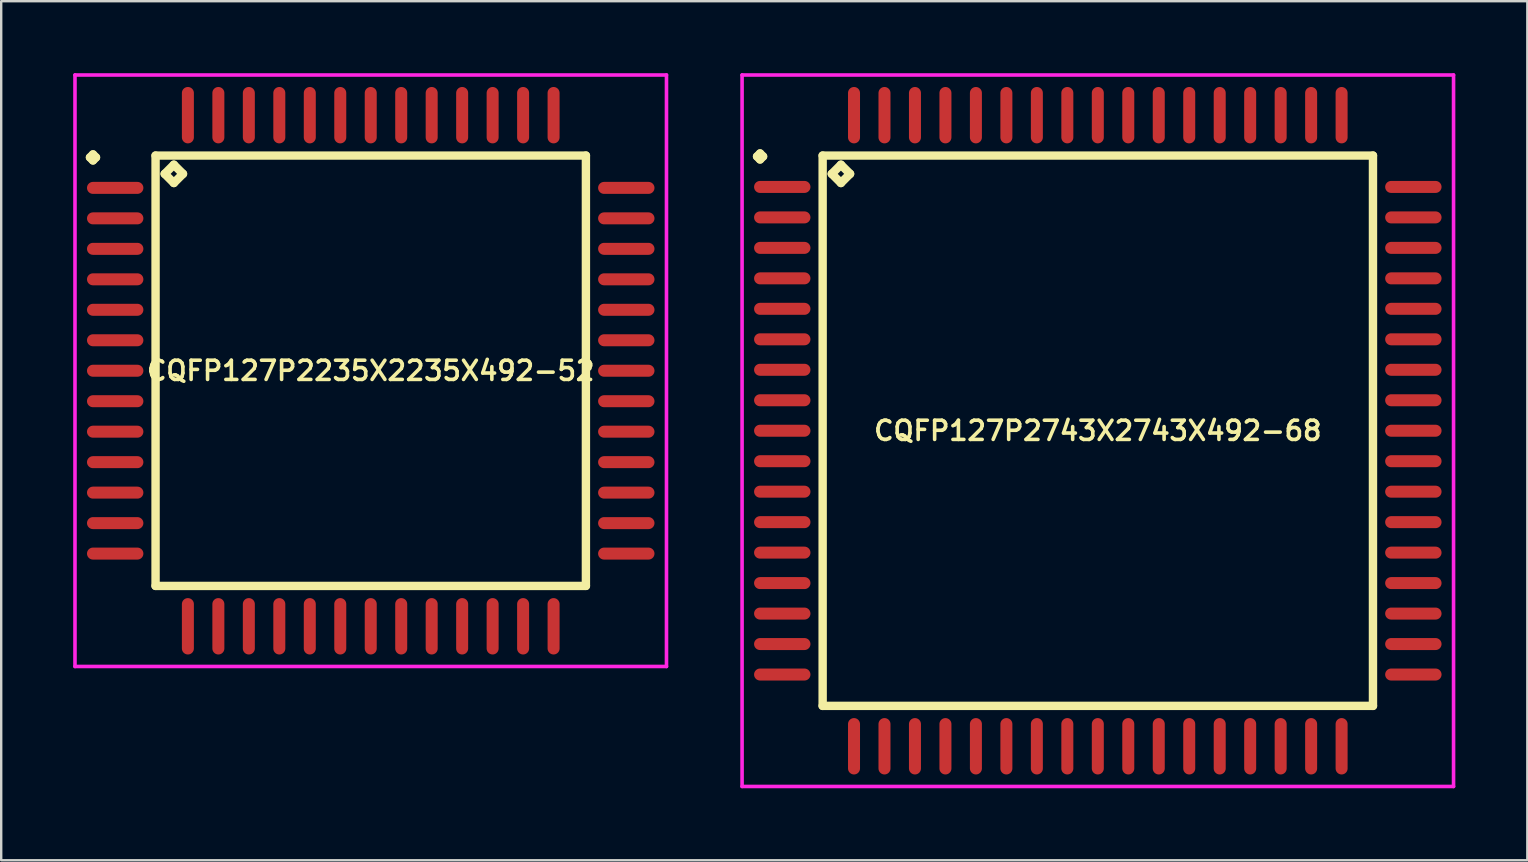
<source format=kicad_pcb>
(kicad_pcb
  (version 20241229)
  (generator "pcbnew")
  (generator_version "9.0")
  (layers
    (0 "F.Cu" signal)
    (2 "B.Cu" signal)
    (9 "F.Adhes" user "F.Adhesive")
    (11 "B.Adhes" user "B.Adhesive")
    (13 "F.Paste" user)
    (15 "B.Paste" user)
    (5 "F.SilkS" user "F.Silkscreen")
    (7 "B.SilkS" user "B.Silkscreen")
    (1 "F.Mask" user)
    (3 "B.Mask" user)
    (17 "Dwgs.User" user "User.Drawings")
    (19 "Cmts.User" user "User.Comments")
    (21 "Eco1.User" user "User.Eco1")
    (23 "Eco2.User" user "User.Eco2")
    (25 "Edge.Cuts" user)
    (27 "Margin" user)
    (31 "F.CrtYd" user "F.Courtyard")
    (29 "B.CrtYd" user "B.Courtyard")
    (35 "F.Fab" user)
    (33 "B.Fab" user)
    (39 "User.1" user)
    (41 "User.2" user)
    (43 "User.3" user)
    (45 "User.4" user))
  (footprint "CQFP127P2743X2743X492-68"
    (layer "F.Cu")
    (at 42.7 14.9)
    (property "Reference" "CQFP127P2743X2743X492-68" (at 0 0 0) (layer "F.SilkS") (effects (font (size 0.8 0.8) (thickness 0.15))))
    (attr smd)
    (fp_line (start -14.2 -11.43) (end -14.075 -11.555) (stroke (width 0.35) (type solid)) (layer "F.SilkS"))
    (fp_line (start -14.075 -11.555) (end -13.95 -11.43) (stroke (width 0.35) (type solid)) (layer "F.SilkS"))
    (fp_line (start -14.075 -11.305) (end -14.2 -11.43) (stroke (width 0.35) (type solid)) (layer "F.SilkS"))
    (fp_line (start -13.95 -11.43) (end -14.075 -11.305) (stroke (width 0.35) (type solid)) (layer "F.SilkS"))
    (fp_line (start -11.467 -11.467) (end -11.467 11.467) (stroke (width 0.35) (type solid)) (layer "F.SilkS"))
    (fp_line (start -11.467 11.467) (end 11.467 11.467) (stroke (width 0.35) (type solid)) (layer "F.SilkS"))
    (fp_line (start -11.086 -10.705) (end -10.705 -11.086) (stroke (width 0.35) (type solid)) (layer "F.SilkS"))
    (fp_line (start -10.705 -11.086) (end -10.324 -10.705) (stroke (width 0.35) (type solid)) (layer "F.SilkS"))
    (fp_line (start -10.705 -10.324) (end -11.086 -10.705) (stroke (width 0.35) (type solid)) (layer "F.SilkS"))
    (fp_line (start -10.324 -10.705) (end -10.705 -10.324) (stroke (width 0.35) (type solid)) (layer "F.SilkS"))
    (fp_line (start 11.467 -11.467) (end -11.467 -11.467) (stroke (width 0.35) (type solid)) (layer "F.SilkS"))
    (fp_line (start 11.467 11.467) (end 11.467 -11.467) (stroke (width 0.35) (type solid)) (layer "F.SilkS"))
    (fp_line (start -14.825 -14.825) (end 14.825 -14.825) (stroke (width 0.15) (type solid)) (layer "F.CrtYd"))
    (fp_line (start -14.825 14.825) (end -14.825 -14.825) (stroke (width 0.15) (type solid)) (layer "F.CrtYd"))
    (fp_line (start 14.825 -14.825) (end 14.825 14.825) (stroke (width 0.15) (type solid)) (layer "F.CrtYd"))
    (fp_line (start 14.825 14.825) (end -14.825 14.825) (stroke (width 0.15) (type solid)) (layer "F.CrtYd"))
    (pad "1" smd oval (at -13.15 -10.16) (size 2.35 0.5) (layers "F.Cu" "F.Mask" "F.Paste"))
    (pad "2" smd oval (at -13.15 -8.89) (size 2.35 0.5) (layers "F.Cu" "F.Mask" "F.Paste"))
    (pad "3" smd oval (at -13.15 -7.62) (size 2.35 0.5) (layers "F.Cu" "F.Mask" "F.Paste"))
    (pad "4" smd oval (at -13.15 -6.35) (size 2.35 0.5) (layers "F.Cu" "F.Mask" "F.Paste"))
    (pad "5" smd oval (at -13.15 -5.08) (size 2.35 0.5) (layers "F.Cu" "F.Mask" "F.Paste"))
    (pad "6" smd oval (at -13.15 -3.81) (size 2.35 0.5) (layers "F.Cu" "F.Mask" "F.Paste"))
    (pad "7" smd oval (at -13.15 -2.54) (size 2.35 0.5) (layers "F.Cu" "F.Mask" "F.Paste"))
    (pad "8" smd oval (at -13.15 -1.27) (size 2.35 0.5) (layers "F.Cu" "F.Mask" "F.Paste"))
    (pad "9" smd oval (at -13.15 0) (size 2.35 0.5) (layers "F.Cu" "F.Mask" "F.Paste"))
    (pad "10" smd oval (at -13.15 1.27) (size 2.35 0.5) (layers "F.Cu" "F.Mask" "F.Paste"))
    (pad "11" smd oval (at -13.15 2.54) (size 2.35 0.5) (layers "F.Cu" "F.Mask" "F.Paste"))
    (pad "12" smd oval (at -13.15 3.81) (size 2.35 0.5) (layers "F.Cu" "F.Mask" "F.Paste"))
    (pad "13" smd oval (at -13.15 5.08) (size 2.35 0.5) (layers "F.Cu" "F.Mask" "F.Paste"))
    (pad "14" smd oval (at -13.15 6.35) (size 2.35 0.5) (layers "F.Cu" "F.Mask" "F.Paste"))
    (pad "15" smd oval (at -13.15 7.62) (size 2.35 0.5) (layers "F.Cu" "F.Mask" "F.Paste"))
    (pad "16" smd oval (at -13.15 8.89) (size 2.35 0.5) (layers "F.Cu" "F.Mask" "F.Paste"))
    (pad "17" smd oval (at -13.15 10.16) (size 2.35 0.5) (layers "F.Cu" "F.Mask" "F.Paste"))
    (pad "18" smd oval (at -10.16 13.15) (size 0.5 2.35) (layers "F.Cu" "F.Mask" "F.Paste"))
    (pad "19" smd oval (at -8.89 13.15) (size 0.5 2.35) (layers "F.Cu" "F.Mask" "F.Paste"))
    (pad "20" smd oval (at -7.62 13.15) (size 0.5 2.35) (layers "F.Cu" "F.Mask" "F.Paste"))
    (pad "21" smd oval (at -6.35 13.15) (size 0.5 2.35) (layers "F.Cu" "F.Mask" "F.Paste"))
    (pad "22" smd oval (at -5.08 13.15) (size 0.5 2.35) (layers "F.Cu" "F.Mask" "F.Paste"))
    (pad "23" smd oval (at -3.81 13.15) (size 0.5 2.35) (layers "F.Cu" "F.Mask" "F.Paste"))
    (pad "24" smd oval (at -2.54 13.15) (size 0.5 2.35) (layers "F.Cu" "F.Mask" "F.Paste"))
    (pad "25" smd oval (at -1.27 13.15) (size 0.5 2.35) (layers "F.Cu" "F.Mask" "F.Paste"))
    (pad "26" smd oval (at 0 13.15) (size 0.5 2.35) (layers "F.Cu" "F.Mask" "F.Paste"))
    (pad "27" smd oval (at 1.27 13.15) (size 0.5 2.35) (layers "F.Cu" "F.Mask" "F.Paste"))
    (pad "28" smd oval (at 2.54 13.15) (size 0.5 2.35) (layers "F.Cu" "F.Mask" "F.Paste"))
    (pad "29" smd oval (at 3.81 13.15) (size 0.5 2.35) (layers "F.Cu" "F.Mask" "F.Paste"))
    (pad "30" smd oval (at 5.08 13.15) (size 0.5 2.35) (layers "F.Cu" "F.Mask" "F.Paste"))
    (pad "31" smd oval (at 6.35 13.15) (size 0.5 2.35) (layers "F.Cu" "F.Mask" "F.Paste"))
    (pad "32" smd oval (at 7.62 13.15) (size 0.5 2.35) (layers "F.Cu" "F.Mask" "F.Paste"))
    (pad "33" smd oval (at 8.89 13.15) (size 0.5 2.35) (layers "F.Cu" "F.Mask" "F.Paste"))
    (pad "34" smd oval (at 10.16 13.15) (size 0.5 2.35) (layers "F.Cu" "F.Mask" "F.Paste"))
    (pad "35" smd oval (at 13.15 10.16) (size 2.35 0.5) (layers "F.Cu" "F.Mask" "F.Paste"))
    (pad "36" smd oval (at 13.15 8.89) (size 2.35 0.5) (layers "F.Cu" "F.Mask" "F.Paste"))
    (pad "37" smd oval (at 13.15 7.62) (size 2.35 0.5) (layers "F.Cu" "F.Mask" "F.Paste"))
    (pad "38" smd oval (at 13.15 6.35) (size 2.35 0.5) (layers "F.Cu" "F.Mask" "F.Paste"))
    (pad "39" smd oval (at 13.15 5.08) (size 2.35 0.5) (layers "F.Cu" "F.Mask" "F.Paste"))
    (pad "40" smd oval (at 13.15 3.81) (size 2.35 0.5) (layers "F.Cu" "F.Mask" "F.Paste"))
    (pad "41" smd oval (at 13.15 2.54) (size 2.35 0.5) (layers "F.Cu" "F.Mask" "F.Paste"))
    (pad "42" smd oval (at 13.15 1.27) (size 2.35 0.5) (layers "F.Cu" "F.Mask" "F.Paste"))
    (pad "43" smd oval (at 13.15 0) (size 2.35 0.5) (layers "F.Cu" "F.Mask" "F.Paste"))
    (pad "44" smd oval (at 13.15 -1.27) (size 2.35 0.5) (layers "F.Cu" "F.Mask" "F.Paste"))
    (pad "45" smd oval (at 13.15 -2.54) (size 2.35 0.5) (layers "F.Cu" "F.Mask" "F.Paste"))
    (pad "46" smd oval (at 13.15 -3.81) (size 2.35 0.5) (layers "F.Cu" "F.Mask" "F.Paste"))
    (pad "47" smd oval (at 13.15 -5.08) (size 2.35 0.5) (layers "F.Cu" "F.Mask" "F.Paste"))
    (pad "48" smd oval (at 13.15 -6.35) (size 2.35 0.5) (layers "F.Cu" "F.Mask" "F.Paste"))
    (pad "49" smd oval (at 13.15 -7.62) (size 2.35 0.5) (layers "F.Cu" "F.Mask" "F.Paste"))
    (pad "50" smd oval (at 13.15 -8.89) (size 2.35 0.5) (layers "F.Cu" "F.Mask" "F.Paste"))
    (pad "51" smd oval (at 13.15 -10.16) (size 2.35 0.5) (layers "F.Cu" "F.Mask" "F.Paste"))
    (pad "52" smd oval (at 10.16 -13.15) (size 0.5 2.35) (layers "F.Cu" "F.Mask" "F.Paste"))
    (pad "53" smd oval (at 8.89 -13.15) (size 0.5 2.35) (layers "F.Cu" "F.Mask" "F.Paste"))
    (pad "54" smd oval (at 7.62 -13.15) (size 0.5 2.35) (layers "F.Cu" "F.Mask" "F.Paste"))
    (pad "55" smd oval (at 6.35 -13.15) (size 0.5 2.35) (layers "F.Cu" "F.Mask" "F.Paste"))
    (pad "56" smd oval (at 5.08 -13.15) (size 0.5 2.35) (layers "F.Cu" "F.Mask" "F.Paste"))
    (pad "57" smd oval (at 3.81 -13.15) (size 0.5 2.35) (layers "F.Cu" "F.Mask" "F.Paste"))
    (pad "58" smd oval (at 2.54 -13.15) (size 0.5 2.35) (layers "F.Cu" "F.Mask" "F.Paste"))
    (pad "59" smd oval (at 1.27 -13.15) (size 0.5 2.35) (layers "F.Cu" "F.Mask" "F.Paste"))
    (pad "60" smd oval (at 0 -13.15) (size 0.5 2.35) (layers "F.Cu" "F.Mask" "F.Paste"))
    (pad "61" smd oval (at -1.27 -13.15) (size 0.5 2.35) (layers "F.Cu" "F.Mask" "F.Paste"))
    (pad "62" smd oval (at -2.54 -13.15) (size 0.5 2.35) (layers "F.Cu" "F.Mask" "F.Paste"))
    (pad "63" smd oval (at -3.81 -13.15) (size 0.5 2.35) (layers "F.Cu" "F.Mask" "F.Paste"))
    (pad "64" smd oval (at -5.08 -13.15) (size 0.5 2.35) (layers "F.Cu" "F.Mask" "F.Paste"))
    (pad "65" smd oval (at -6.35 -13.15) (size 0.5 2.35) (layers "F.Cu" "F.Mask" "F.Paste"))
    (pad "66" smd oval (at -7.62 -13.15) (size 0.5 2.35) (layers "F.Cu" "F.Mask" "F.Paste"))
    (pad "67" smd oval (at -8.89 -13.15) (size 0.5 2.35) (layers "F.Cu" "F.Mask" "F.Paste"))
    (pad "68" smd oval (at -10.16 -13.15) (size 0.5 2.35) (layers "F.Cu" "F.Mask" "F.Paste")))
  (footprint "CQFP127P2235X2235X492-52"
    (layer "F.Cu")
    (at 12.4 12.4)
    (property "Reference" "CQFP127P2235X2235X492-52" (at 0 0 0) (layer "F.SilkS") (effects (font (size 0.8 0.8) (thickness 0.15))))
    (attr smd)
    (fp_line (start -11.7 -8.89) (end -11.575 -9.015) (stroke (width 0.35) (type solid)) (layer "F.SilkS"))
    (fp_line (start -11.575 -9.015) (end -11.45 -8.89) (stroke (width 0.35) (type solid)) (layer "F.SilkS"))
    (fp_line (start -11.575 -8.765) (end -11.7 -8.89) (stroke (width 0.35) (type solid)) (layer "F.SilkS"))
    (fp_line (start -11.45 -8.89) (end -11.575 -8.765) (stroke (width 0.35) (type solid)) (layer "F.SilkS"))
    (fp_line (start -8.967 -8.967) (end -8.967 8.967) (stroke (width 0.35) (type solid)) (layer "F.SilkS"))
    (fp_line (start -8.967 8.967) (end 8.967 8.967) (stroke (width 0.35) (type solid)) (layer "F.SilkS"))
    (fp_line (start -8.586 -8.205) (end -8.205 -8.586) (stroke (width 0.35) (type solid)) (layer "F.SilkS"))
    (fp_line (start -8.205 -8.586) (end -7.824 -8.205) (stroke (width 0.35) (type solid)) (layer "F.SilkS"))
    (fp_line (start -8.205 -7.824) (end -8.586 -8.205) (stroke (width 0.35) (type solid)) (layer "F.SilkS"))
    (fp_line (start -7.824 -8.205) (end -8.205 -7.824) (stroke (width 0.35) (type solid)) (layer "F.SilkS"))
    (fp_line (start 8.967 -8.967) (end -8.967 -8.967) (stroke (width 0.35) (type solid)) (layer "F.SilkS"))
    (fp_line (start 8.967 8.967) (end 8.967 -8.967) (stroke (width 0.35) (type solid)) (layer "F.SilkS"))
    (fp_line (start -12.325 -12.325) (end 12.325 -12.325) (stroke (width 0.15) (type solid)) (layer "F.CrtYd"))
    (fp_line (start -12.325 12.325) (end -12.325 -12.325) (stroke (width 0.15) (type solid)) (layer "F.CrtYd"))
    (fp_line (start 12.325 -12.325) (end 12.325 12.325) (stroke (width 0.15) (type solid)) (layer "F.CrtYd"))
    (fp_line (start 12.325 12.325) (end -12.325 12.325) (stroke (width 0.15) (type solid)) (layer "F.CrtYd"))
    (pad "1" smd oval (at -10.65 -7.62) (size 2.35 0.5) (layers "F.Cu" "F.Mask" "F.Paste"))
    (pad "2" smd oval (at -10.65 -6.35) (size 2.35 0.5) (layers "F.Cu" "F.Mask" "F.Paste"))
    (pad "3" smd oval (at -10.65 -5.08) (size 2.35 0.5) (layers "F.Cu" "F.Mask" "F.Paste"))
    (pad "4" smd oval (at -10.65 -3.81) (size 2.35 0.5) (layers "F.Cu" "F.Mask" "F.Paste"))
    (pad "5" smd oval (at -10.65 -2.54) (size 2.35 0.5) (layers "F.Cu" "F.Mask" "F.Paste"))
    (pad "6" smd oval (at -10.65 -1.27) (size 2.35 0.5) (layers "F.Cu" "F.Mask" "F.Paste"))
    (pad "7" smd oval (at -10.65 0) (size 2.35 0.5) (layers "F.Cu" "F.Mask" "F.Paste"))
    (pad "8" smd oval (at -10.65 1.27) (size 2.35 0.5) (layers "F.Cu" "F.Mask" "F.Paste"))
    (pad "9" smd oval (at -10.65 2.54) (size 2.35 0.5) (layers "F.Cu" "F.Mask" "F.Paste"))
    (pad "10" smd oval (at -10.65 3.81) (size 2.35 0.5) (layers "F.Cu" "F.Mask" "F.Paste"))
    (pad "11" smd oval (at -10.65 5.08) (size 2.35 0.5) (layers "F.Cu" "F.Mask" "F.Paste"))
    (pad "12" smd oval (at -10.65 6.35) (size 2.35 0.5) (layers "F.Cu" "F.Mask" "F.Paste"))
    (pad "13" smd oval (at -10.65 7.62) (size 2.35 0.5) (layers "F.Cu" "F.Mask" "F.Paste"))
    (pad "14" smd oval (at -7.62 10.65) (size 0.5 2.35) (layers "F.Cu" "F.Mask" "F.Paste"))
    (pad "15" smd oval (at -6.35 10.65) (size 0.5 2.35) (layers "F.Cu" "F.Mask" "F.Paste"))
    (pad "16" smd oval (at -5.08 10.65) (size 0.5 2.35) (layers "F.Cu" "F.Mask" "F.Paste"))
    (pad "17" smd oval (at -3.81 10.65) (size 0.5 2.35) (layers "F.Cu" "F.Mask" "F.Paste"))
    (pad "18" smd oval (at -2.54 10.65) (size 0.5 2.35) (layers "F.Cu" "F.Mask" "F.Paste"))
    (pad "19" smd oval (at -1.27 10.65) (size 0.5 2.35) (layers "F.Cu" "F.Mask" "F.Paste"))
    (pad "20" smd oval (at 0 10.65) (size 0.5 2.35) (layers "F.Cu" "F.Mask" "F.Paste"))
    (pad "21" smd oval (at 1.27 10.65) (size 0.5 2.35) (layers "F.Cu" "F.Mask" "F.Paste"))
    (pad "22" smd oval (at 2.54 10.65) (size 0.5 2.35) (layers "F.Cu" "F.Mask" "F.Paste"))
    (pad "23" smd oval (at 3.81 10.65) (size 0.5 2.35) (layers "F.Cu" "F.Mask" "F.Paste"))
    (pad "24" smd oval (at 5.08 10.65) (size 0.5 2.35) (layers "F.Cu" "F.Mask" "F.Paste"))
    (pad "25" smd oval (at 6.35 10.65) (size 0.5 2.35) (layers "F.Cu" "F.Mask" "F.Paste"))
    (pad "26" smd oval (at 7.62 10.65) (size 0.5 2.35) (layers "F.Cu" "F.Mask" "F.Paste"))
    (pad "27" smd oval (at 10.65 7.62) (size 2.35 0.5) (layers "F.Cu" "F.Mask" "F.Paste"))
    (pad "28" smd oval (at 10.65 6.35) (size 2.35 0.5) (layers "F.Cu" "F.Mask" "F.Paste"))
    (pad "29" smd oval (at 10.65 5.08) (size 2.35 0.5) (layers "F.Cu" "F.Mask" "F.Paste"))
    (pad "30" smd oval (at 10.65 3.81) (size 2.35 0.5) (layers "F.Cu" "F.Mask" "F.Paste"))
    (pad "31" smd oval (at 10.65 2.54) (size 2.35 0.5) (layers "F.Cu" "F.Mask" "F.Paste"))
    (pad "32" smd oval (at 10.65 1.27) (size 2.35 0.5) (layers "F.Cu" "F.Mask" "F.Paste"))
    (pad "33" smd oval (at 10.65 0) (size 2.35 0.5) (layers "F.Cu" "F.Mask" "F.Paste"))
    (pad "34" smd oval (at 10.65 -1.27) (size 2.35 0.5) (layers "F.Cu" "F.Mask" "F.Paste"))
    (pad "35" smd oval (at 10.65 -2.54) (size 2.35 0.5) (layers "F.Cu" "F.Mask" "F.Paste"))
    (pad "36" smd oval (at 10.65 -3.81) (size 2.35 0.5) (layers "F.Cu" "F.Mask" "F.Paste"))
    (pad "37" smd oval (at 10.65 -5.08) (size 2.35 0.5) (layers "F.Cu" "F.Mask" "F.Paste"))
    (pad "38" smd oval (at 10.65 -6.35) (size 2.35 0.5) (layers "F.Cu" "F.Mask" "F.Paste"))
    (pad "39" smd oval (at 10.65 -7.62) (size 2.35 0.5) (layers "F.Cu" "F.Mask" "F.Paste"))
    (pad "40" smd oval (at 7.62 -10.65) (size 0.5 2.35) (layers "F.Cu" "F.Mask" "F.Paste"))
    (pad "41" smd oval (at 6.35 -10.65) (size 0.5 2.35) (layers "F.Cu" "F.Mask" "F.Paste"))
    (pad "42" smd oval (at 5.08 -10.65) (size 0.5 2.35) (layers "F.Cu" "F.Mask" "F.Paste"))
    (pad "43" smd oval (at 3.81 -10.65) (size 0.5 2.35) (layers "F.Cu" "F.Mask" "F.Paste"))
    (pad "44" smd oval (at 2.54 -10.65) (size 0.5 2.35) (layers "F.Cu" "F.Mask" "F.Paste"))
    (pad "45" smd oval (at 1.27 -10.65) (size 0.5 2.35) (layers "F.Cu" "F.Mask" "F.Paste"))
    (pad "46" smd oval (at 0 -10.65) (size 0.5 2.35) (layers "F.Cu" "F.Mask" "F.Paste"))
    (pad "47" smd oval (at -1.27 -10.65) (size 0.5 2.35) (layers "F.Cu" "F.Mask" "F.Paste"))
    (pad "48" smd oval (at -2.54 -10.65) (size 0.5 2.35) (layers "F.Cu" "F.Mask" "F.Paste"))
    (pad "49" smd oval (at -3.81 -10.65) (size 0.5 2.35) (layers "F.Cu" "F.Mask" "F.Paste"))
    (pad "50" smd oval (at -5.08 -10.65) (size 0.5 2.35) (layers "F.Cu" "F.Mask" "F.Paste"))
    (pad "51" smd oval (at -6.35 -10.65) (size 0.5 2.35) (layers "F.Cu" "F.Mask" "F.Paste"))
    (pad "52" smd oval (at -7.62 -10.65) (size 0.5 2.35) (layers "F.Cu" "F.Mask" "F.Paste")))
  (gr_rect
    (start -3 -3)
    (end 60.6 32.8)
    (stroke (width 0.1) (type default))
    (fill no)
    (layer "Edge.Cuts")))
</source>
